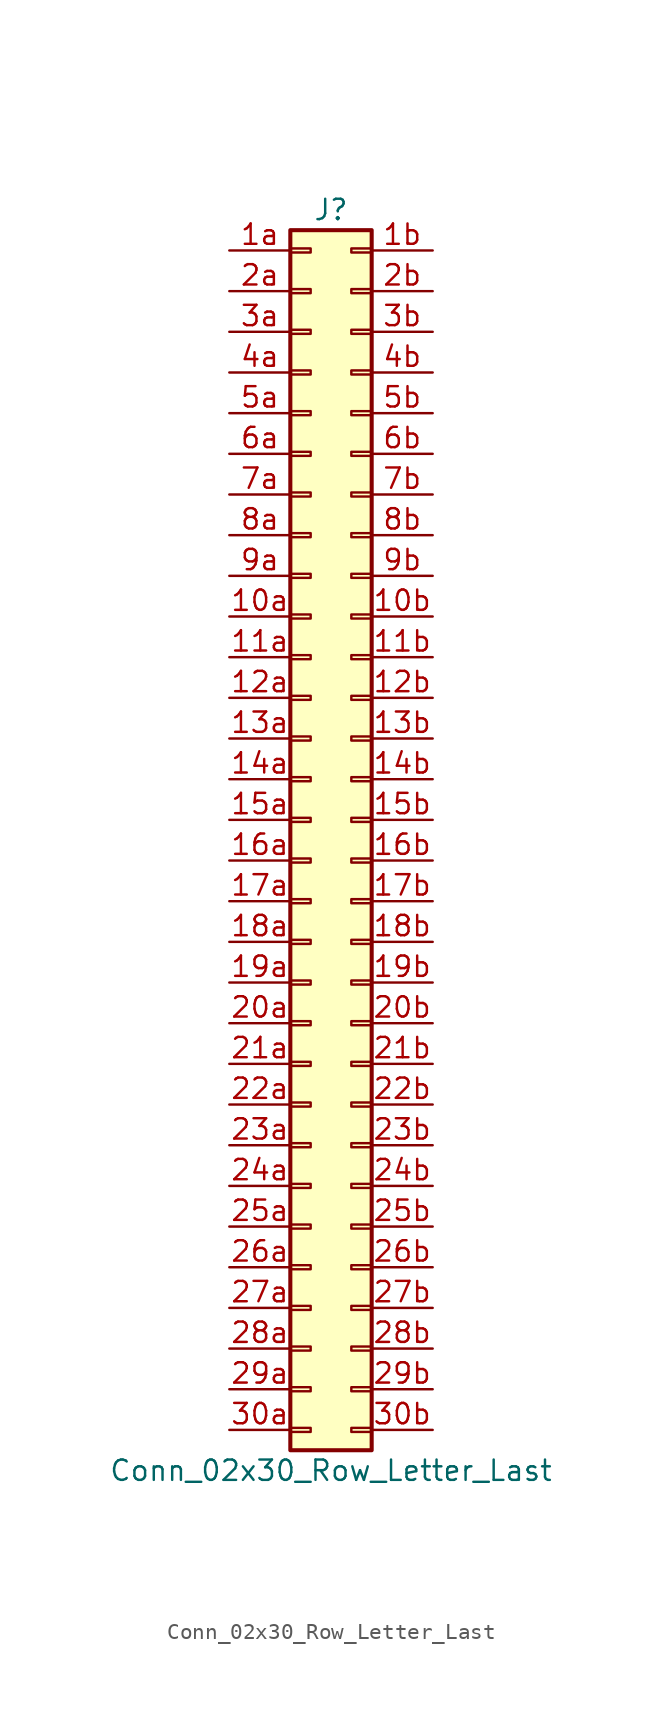
<source format=kicad_sym>
(kicad_symbol_lib
  (version 20201005)
  (generator kicad_symbol_editor)
  (symbol "Connector_Generic:Conn_02x30_Row_Letter_Last"
    (pin_names
      (offset 1.016) hide)
    (property "Reference" "J"
      (at 1.27 38.1 0)
      (effects (font (size 1.27 1.27))))
    (property "Value" "Conn_02x30_Row_Letter_Last"
      (at 1.27 -40.64 0)
      (effects (font (size 1.27 1.27))))
    (symbol "Conn_02x30_Row_Letter_Last_1_1"
      (rectangle (start -1.27 -27.813) (end 0 -28.067) (stroke (width 0.152)) (fill (type none)))
      (rectangle (start -1.27 -30.353) (end 0 -30.607) (stroke (width 0.152)) (fill (type none)))
      (rectangle (start -1.27 -32.893) (end 0 -33.147) (stroke (width 0.152)) (fill (type none)))
      (rectangle (start -1.27 -35.433) (end 0 -35.687) (stroke (width 0.152)) (fill (type none)))
      (rectangle (start -1.27 -37.973) (end 0 -38.227) (stroke (width 0.152)) (fill (type none)))
      (rectangle (start -1.27 -4.953) (end 0 -5.207) (stroke (width 0.152)) (fill (type none)))
      (rectangle (start -1.27 -7.493) (end 0 -7.747) (stroke (width 0.152)) (fill (type none)))
      (rectangle (start -1.27 -10.033) (end 0 -10.287) (stroke (width 0.152)) (fill (type none)))
      (rectangle (start -1.27 -12.573) (end 0 -12.827) (stroke (width 0.152)) (fill (type none)))
      (rectangle (start -1.27 -15.113) (end 0 -15.367) (stroke (width 0.152)) (fill (type none)))
      (rectangle (start -1.27 -17.653) (end 0 -17.907) (stroke (width 0.152)) (fill (type none)))
      (rectangle (start -1.27 -20.193) (end 0 -20.447) (stroke (width 0.152)) (fill (type none)))
      (rectangle (start -1.27 -22.733) (end 0 -22.987) (stroke (width 0.152)) (fill (type none)))
      (rectangle (start -1.27 -2.413) (end 0 -2.667) (stroke (width 0.152)) (fill (type none)))
      (rectangle (start -1.27 -25.273) (end 0 -25.527) (stroke (width 0.152)) (fill (type none)))
      (rectangle (start -1.27 25.527) (end 0 25.273) (stroke (width 0.152)) (fill (type none)))
      (rectangle (start -1.27 2.667) (end 0 2.413) (stroke (width 0.152)) (fill (type none)))
      (rectangle (start -1.27 28.067) (end 0 27.813) (stroke (width 0.152)) (fill (type none)))
      (rectangle (start -1.27 30.607) (end 0 30.353) (stroke (width 0.152)) (fill (type none)))
      (rectangle (start -1.27 33.147) (end 0 32.893) (stroke (width 0.152)) (fill (type none)))
      (rectangle (start -1.27 35.687) (end 0 35.433) (stroke (width 0.152)) (fill (type none)))
      (rectangle (start -1.27 36.83) (end 3.81 -39.37) (stroke (width 0.254)) (fill (type background)))
      (rectangle (start -1.27 5.207) (end 0 4.953) (stroke (width 0.152)) (fill (type none)))
      (rectangle (start -1.27 7.747) (end 0 7.493) (stroke (width 0.152)) (fill (type none)))
      (rectangle (start -1.27 10.287) (end 0 10.033) (stroke (width 0.152)) (fill (type none)))
      (rectangle (start -1.27 0.127) (end 0 -0.127) (stroke (width 0.152)) (fill (type none)))
      (rectangle (start -1.27 12.827) (end 0 12.573) (stroke (width 0.152)) (fill (type none)))
      (rectangle (start -1.27 15.367) (end 0 15.113) (stroke (width 0.152)) (fill (type none)))
      (rectangle (start -1.27 17.907) (end 0 17.653) (stroke (width 0.152)) (fill (type none)))
      (rectangle (start -1.27 20.447) (end 0 20.193) (stroke (width 0.152)) (fill (type none)))
      (rectangle (start -1.27 22.987) (end 0 22.733) (stroke (width 0.152)) (fill (type none)))
      (rectangle (start 3.81 -27.813) (end 2.54 -28.067) (stroke (width 0.152)) (fill (type none)))
      (rectangle (start 3.81 -30.353) (end 2.54 -30.607) (stroke (width 0.152)) (fill (type none)))
      (rectangle (start 3.81 -32.893) (end 2.54 -33.147) (stroke (width 0.152)) (fill (type none)))
      (rectangle (start 3.81 -35.433) (end 2.54 -35.687) (stroke (width 0.152)) (fill (type none)))
      (rectangle (start 3.81 -37.973) (end 2.54 -38.227) (stroke (width 0.152)) (fill (type none)))
      (rectangle (start 3.81 -4.953) (end 2.54 -5.207) (stroke (width 0.152)) (fill (type none)))
      (rectangle (start 3.81 -7.493) (end 2.54 -7.747) (stroke (width 0.152)) (fill (type none)))
      (rectangle (start 3.81 -10.033) (end 2.54 -10.287) (stroke (width 0.152)) (fill (type none)))
      (rectangle (start 3.81 -12.573) (end 2.54 -12.827) (stroke (width 0.152)) (fill (type none)))
      (rectangle (start 3.81 -15.113) (end 2.54 -15.367) (stroke (width 0.152)) (fill (type none)))
      (rectangle (start 3.81 -17.653) (end 2.54 -17.907) (stroke (width 0.152)) (fill (type none)))
      (rectangle (start 3.81 -20.193) (end 2.54 -20.447) (stroke (width 0.152)) (fill (type none)))
      (rectangle (start 3.81 -22.733) (end 2.54 -22.987) (stroke (width 0.152)) (fill (type none)))
      (rectangle (start 3.81 -2.413) (end 2.54 -2.667) (stroke (width 0.152)) (fill (type none)))
      (rectangle (start 3.81 -25.273) (end 2.54 -25.527) (stroke (width 0.152)) (fill (type none)))
      (rectangle (start 3.81 25.527) (end 2.54 25.273) (stroke (width 0.152)) (fill (type none)))
      (rectangle (start 3.81 2.667) (end 2.54 2.413) (stroke (width 0.152)) (fill (type none)))
      (rectangle (start 3.81 28.067) (end 2.54 27.813) (stroke (width 0.152)) (fill (type none)))
      (rectangle (start 3.81 30.607) (end 2.54 30.353) (stroke (width 0.152)) (fill (type none)))
      (rectangle (start 3.81 33.147) (end 2.54 32.893) (stroke (width 0.152)) (fill (type none)))
      (rectangle (start 3.81 35.687) (end 2.54 35.433) (stroke (width 0.152)) (fill (type none)))
      (rectangle (start 3.81 5.207) (end 2.54 4.953) (stroke (width 0.152)) (fill (type none)))
      (rectangle (start 3.81 7.747) (end 2.54 7.493) (stroke (width 0.152)) (fill (type none)))
      (rectangle (start 3.81 10.287) (end 2.54 10.033) (stroke (width 0.152)) (fill (type none)))
      (rectangle (start 3.81 0.127) (end 2.54 -0.127) (stroke (width 0.152)) (fill (type none)))
      (rectangle (start 3.81 12.827) (end 2.54 12.573) (stroke (width 0.152)) (fill (type none)))
      (rectangle (start 3.81 15.367) (end 2.54 15.113) (stroke (width 0.152)) (fill (type none)))
      (rectangle (start 3.81 17.907) (end 2.54 17.653) (stroke (width 0.152)) (fill (type none)))
      (rectangle (start 3.81 20.447) (end 2.54 20.193) (stroke (width 0.152)) (fill (type none)))
      (rectangle (start 3.81 22.987) (end 2.54 22.733) (stroke (width 0.152)) (fill (type none)))
      (pin passive line (at -5.08 12.7 0) (length 3.81) (name "Pin_10a" (effects (font (size 1.27 1.27)))) (number "10a" (effects (font (size 1.27 1.27)))))
      (pin passive line (at 7.62 12.7 180) (length 3.81) (name "Pin_10b" (effects (font (size 1.27 1.27)))) (number "10b" (effects (font (size 1.27 1.27)))))
      (pin passive line (at -5.08 10.16 0) (length 3.81) (name "Pin_11a" (effects (font (size 1.27 1.27)))) (number "11a" (effects (font (size 1.27 1.27)))))
      (pin passive line (at 7.62 10.16 180) (length 3.81) (name "Pin_11b" (effects (font (size 1.27 1.27)))) (number "11b" (effects (font (size 1.27 1.27)))))
      (pin passive line (at -5.08 7.62 0) (length 3.81) (name "Pin_12a" (effects (font (size 1.27 1.27)))) (number "12a" (effects (font (size 1.27 1.27)))))
      (pin passive line (at 7.62 7.62 180) (length 3.81) (name "Pin_12b" (effects (font (size 1.27 1.27)))) (number "12b" (effects (font (size 1.27 1.27)))))
      (pin passive line (at -5.08 5.08 0) (length 3.81) (name "Pin_13a" (effects (font (size 1.27 1.27)))) (number "13a" (effects (font (size 1.27 1.27)))))
      (pin passive line (at 7.62 5.08 180) (length 3.81) (name "Pin_13b" (effects (font (size 1.27 1.27)))) (number "13b" (effects (font (size 1.27 1.27)))))
      (pin passive line (at -5.08 2.54 0) (length 3.81) (name "Pin_14a" (effects (font (size 1.27 1.27)))) (number "14a" (effects (font (size 1.27 1.27)))))
      (pin passive line (at 7.62 2.54 180) (length 3.81) (name "Pin_14b" (effects (font (size 1.27 1.27)))) (number "14b" (effects (font (size 1.27 1.27)))))
      (pin passive line (at -5.08 0 0) (length 3.81) (name "Pin_15a" (effects (font (size 1.27 1.27)))) (number "15a" (effects (font (size 1.27 1.27)))))
      (pin passive line (at 7.62 0 180) (length 3.81) (name "Pin_15b" (effects (font (size 1.27 1.27)))) (number "15b" (effects (font (size 1.27 1.27)))))
      (pin passive line (at -5.08 -2.54 0) (length 3.81) (name "Pin_16a" (effects (font (size 1.27 1.27)))) (number "16a" (effects (font (size 1.27 1.27)))))
      (pin passive line (at 7.62 -2.54 180) (length 3.81) (name "Pin_16b" (effects (font (size 1.27 1.27)))) (number "16b" (effects (font (size 1.27 1.27)))))
      (pin passive line (at -5.08 -5.08 0) (length 3.81) (name "Pin_17a" (effects (font (size 1.27 1.27)))) (number "17a" (effects (font (size 1.27 1.27)))))
      (pin passive line (at 7.62 -5.08 180) (length 3.81) (name "Pin_17b" (effects (font (size 1.27 1.27)))) (number "17b" (effects (font (size 1.27 1.27)))))
      (pin passive line (at -5.08 -7.62 0) (length 3.81) (name "Pin_18a" (effects (font (size 1.27 1.27)))) (number "18a" (effects (font (size 1.27 1.27)))))
      (pin passive line (at 7.62 -7.62 180) (length 3.81) (name "Pin_18b" (effects (font (size 1.27 1.27)))) (number "18b" (effects (font (size 1.27 1.27)))))
      (pin passive line (at -5.08 -10.16 0) (length 3.81) (name "Pin_19a" (effects (font (size 1.27 1.27)))) (number "19a" (effects (font (size 1.27 1.27)))))
      (pin passive line (at 7.62 -10.16 180) (length 3.81) (name "Pin_19b" (effects (font (size 1.27 1.27)))) (number "19b" (effects (font (size 1.27 1.27)))))
      (pin passive line (at -5.08 35.56 0) (length 3.81) (name "Pin_1a" (effects (font (size 1.27 1.27)))) (number "1a" (effects (font (size 1.27 1.27)))))
      (pin passive line (at 7.62 35.56 180) (length 3.81) (name "Pin_1b" (effects (font (size 1.27 1.27)))) (number "1b" (effects (font (size 1.27 1.27)))))
      (pin passive line (at -5.08 -12.7 0) (length 3.81) (name "Pin_20a" (effects (font (size 1.27 1.27)))) (number "20a" (effects (font (size 1.27 1.27)))))
      (pin passive line (at 7.62 -12.7 180) (length 3.81) (name "Pin_20b" (effects (font (size 1.27 1.27)))) (number "20b" (effects (font (size 1.27 1.27)))))
      (pin passive line (at -5.08 -15.24 0) (length 3.81) (name "Pin_21a" (effects (font (size 1.27 1.27)))) (number "21a" (effects (font (size 1.27 1.27)))))
      (pin passive line (at 7.62 -15.24 180) (length 3.81) (name "Pin_21b" (effects (font (size 1.27 1.27)))) (number "21b" (effects (font (size 1.27 1.27)))))
      (pin passive line (at -5.08 -17.78 0) (length 3.81) (name "Pin_22a" (effects (font (size 1.27 1.27)))) (number "22a" (effects (font (size 1.27 1.27)))))
      (pin passive line (at 7.62 -17.78 180) (length 3.81) (name "Pin_22b" (effects (font (size 1.27 1.27)))) (number "22b" (effects (font (size 1.27 1.27)))))
      (pin passive line (at -5.08 -20.32 0) (length 3.81) (name "Pin_23a" (effects (font (size 1.27 1.27)))) (number "23a" (effects (font (size 1.27 1.27)))))
      (pin passive line (at 7.62 -20.32 180) (length 3.81) (name "Pin_23b" (effects (font (size 1.27 1.27)))) (number "23b" (effects (font (size 1.27 1.27)))))
      (pin passive line (at -5.08 -22.86 0) (length 3.81) (name "Pin_24a" (effects (font (size 1.27 1.27)))) (number "24a" (effects (font (size 1.27 1.27)))))
      (pin passive line (at 7.62 -22.86 180) (length 3.81) (name "Pin_24b" (effects (font (size 1.27 1.27)))) (number "24b" (effects (font (size 1.27 1.27)))))
      (pin passive line (at -5.08 -25.4 0) (length 3.81) (name "Pin_25a" (effects (font (size 1.27 1.27)))) (number "25a" (effects (font (size 1.27 1.27)))))
      (pin passive line (at 7.62 -25.4 180) (length 3.81) (name "Pin_25b" (effects (font (size 1.27 1.27)))) (number "25b" (effects (font (size 1.27 1.27)))))
      (pin passive line (at -5.08 -27.94 0) (length 3.81) (name "Pin_26a" (effects (font (size 1.27 1.27)))) (number "26a" (effects (font (size 1.27 1.27)))))
      (pin passive line (at 7.62 -27.94 180) (length 3.81) (name "Pin_26b" (effects (font (size 1.27 1.27)))) (number "26b" (effects (font (size 1.27 1.27)))))
      (pin passive line (at -5.08 -30.48 0) (length 3.81) (name "Pin_27a" (effects (font (size 1.27 1.27)))) (number "27a" (effects (font (size 1.27 1.27)))))
      (pin passive line (at 7.62 -30.48 180) (length 3.81) (name "Pin_27b" (effects (font (size 1.27 1.27)))) (number "27b" (effects (font (size 1.27 1.27)))))
      (pin passive line (at -5.08 -33.02 0) (length 3.81) (name "Pin_28a" (effects (font (size 1.27 1.27)))) (number "28a" (effects (font (size 1.27 1.27)))))
      (pin passive line (at 7.62 -33.02 180) (length 3.81) (name "Pin_28b" (effects (font (size 1.27 1.27)))) (number "28b" (effects (font (size 1.27 1.27)))))
      (pin passive line (at -5.08 -35.56 0) (length 3.81) (name "Pin_29a" (effects (font (size 1.27 1.27)))) (number "29a" (effects (font (size 1.27 1.27)))))
      (pin passive line (at 7.62 -35.56 180) (length 3.81) (name "Pin_29b" (effects (font (size 1.27 1.27)))) (number "29b" (effects (font (size 1.27 1.27)))))
      (pin passive line (at -5.08 33.02 0) (length 3.81) (name "Pin_2a" (effects (font (size 1.27 1.27)))) (number "2a" (effects (font (size 1.27 1.27)))))
      (pin passive line (at 7.62 33.02 180) (length 3.81) (name "Pin_2b" (effects (font (size 1.27 1.27)))) (number "2b" (effects (font (size 1.27 1.27)))))
      (pin passive line (at -5.08 -38.1 0) (length 3.81) (name "Pin_30a" (effects (font (size 1.27 1.27)))) (number "30a" (effects (font (size 1.27 1.27)))))
      (pin passive line (at 7.62 -38.1 180) (length 3.81) (name "Pin_30b" (effects (font (size 1.27 1.27)))) (number "30b" (effects (font (size 1.27 1.27)))))
      (pin passive line (at -5.08 30.48 0) (length 3.81) (name "Pin_3a" (effects (font (size 1.27 1.27)))) (number "3a" (effects (font (size 1.27 1.27)))))
      (pin passive line (at 7.62 30.48 180) (length 3.81) (name "Pin_3b" (effects (font (size 1.27 1.27)))) (number "3b" (effects (font (size 1.27 1.27)))))
      (pin passive line (at -5.08 27.94 0) (length 3.81) (name "Pin_4a" (effects (font (size 1.27 1.27)))) (number "4a" (effects (font (size 1.27 1.27)))))
      (pin passive line (at 7.62 27.94 180) (length 3.81) (name "Pin_4b" (effects (font (size 1.27 1.27)))) (number "4b" (effects (font (size 1.27 1.27)))))
      (pin passive line (at -5.08 25.4 0) (length 3.81) (name "Pin_5a" (effects (font (size 1.27 1.27)))) (number "5a" (effects (font (size 1.27 1.27)))))
      (pin passive line (at 7.62 25.4 180) (length 3.81) (name "Pin_5b" (effects (font (size 1.27 1.27)))) (number "5b" (effects (font (size 1.27 1.27)))))
      (pin passive line (at -5.08 22.86 0) (length 3.81) (name "Pin_6a" (effects (font (size 1.27 1.27)))) (number "6a" (effects (font (size 1.27 1.27)))))
      (pin passive line (at 7.62 22.86 180) (length 3.81) (name "Pin_6b" (effects (font (size 1.27 1.27)))) (number "6b" (effects (font (size 1.27 1.27)))))
      (pin passive line (at -5.08 20.32 0) (length 3.81) (name "Pin_7a" (effects (font (size 1.27 1.27)))) (number "7a" (effects (font (size 1.27 1.27)))))
      (pin passive line (at 7.62 20.32 180) (length 3.81) (name "Pin_7b" (effects (font (size 1.27 1.27)))) (number "7b" (effects (font (size 1.27 1.27)))))
      (pin passive line (at -5.08 17.78 0) (length 3.81) (name "Pin_8a" (effects (font (size 1.27 1.27)))) (number "8a" (effects (font (size 1.27 1.27)))))
      (pin passive line (at 7.62 17.78 180) (length 3.81) (name "Pin_8b" (effects (font (size 1.27 1.27)))) (number "8b" (effects (font (size 1.27 1.27)))))
      (pin passive line (at -5.08 15.24 0) (length 3.81) (name "Pin_9a" (effects (font (size 1.27 1.27)))) (number "9a" (effects (font (size 1.27 1.27)))))
      (pin passive line (at 7.62 15.24 180) (length 3.81) (name "Pin_9b" (effects (font (size 1.27 1.27)))) (number "9b" (effects (font (size 1.27 1.27))))))))
</source>
